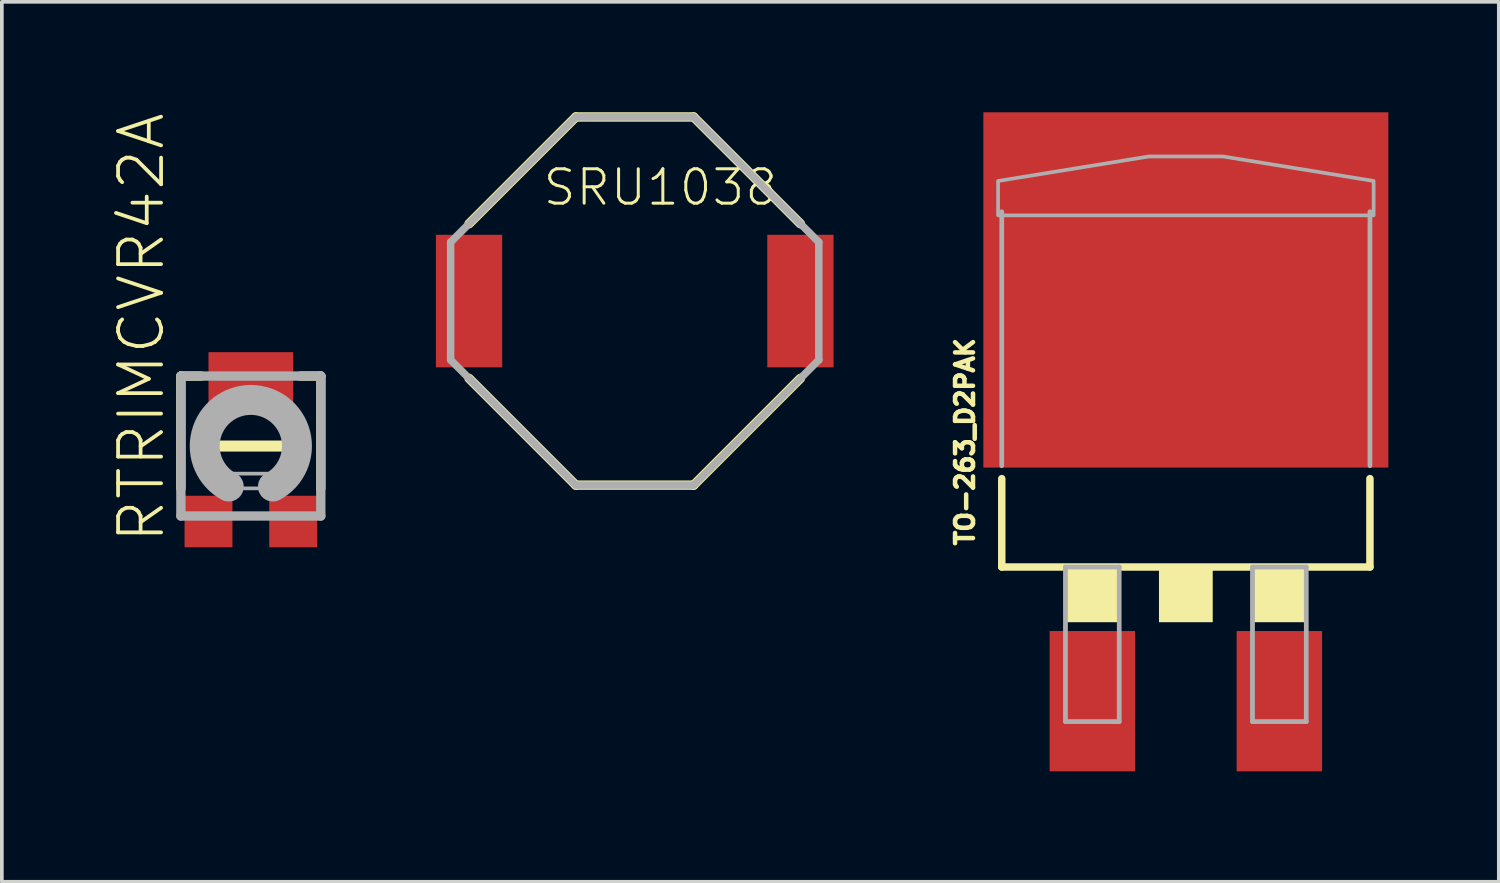
<source format=kicad_pcb>
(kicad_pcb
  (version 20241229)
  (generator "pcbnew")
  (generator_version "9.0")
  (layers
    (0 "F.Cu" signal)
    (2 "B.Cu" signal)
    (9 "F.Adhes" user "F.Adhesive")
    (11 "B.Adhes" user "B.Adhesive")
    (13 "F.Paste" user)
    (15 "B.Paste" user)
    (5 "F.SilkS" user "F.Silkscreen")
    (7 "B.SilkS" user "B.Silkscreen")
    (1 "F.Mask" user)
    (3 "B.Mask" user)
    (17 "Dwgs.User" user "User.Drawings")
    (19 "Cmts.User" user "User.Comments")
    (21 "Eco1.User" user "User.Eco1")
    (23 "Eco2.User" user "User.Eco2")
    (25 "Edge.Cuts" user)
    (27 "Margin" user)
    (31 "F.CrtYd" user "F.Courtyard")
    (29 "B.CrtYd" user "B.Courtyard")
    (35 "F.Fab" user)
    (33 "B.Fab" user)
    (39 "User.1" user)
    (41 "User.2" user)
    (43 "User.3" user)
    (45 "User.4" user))
  (footprint "SRU1038"
    (layer "F.Cu")
    (at 14.19 5.127)
    (property "Reference" "SRU1038" (at -2.54 -2.54 0) (layer "F.SilkS") (effects (font (size 0.935 0.935) (thickness 0.081)) (justify left bottom)))
    (fp_line (start -4.5 -2.1) (end -1.6 -5) (stroke (width 0.254) (type solid)) (layer "F.SilkS"))
    (fp_line (start -4.5 2.1) (end -1.6 5) (stroke (width 0.254) (type solid)) (layer "F.SilkS"))
    (fp_line (start -1.6 -5) (end 1.6 -5) (stroke (width 0.254) (type solid)) (layer "F.SilkS"))
    (fp_line (start 1.6 -5) (end 4.5 -2.1) (stroke (width 0.254) (type solid)) (layer "F.SilkS"))
    (fp_line (start 1.6 5) (end -1.6 5) (stroke (width 0.254) (type solid)) (layer "F.SilkS"))
    (fp_line (start 1.6 5) (end 4.5 2.1) (stroke (width 0.254) (type solid)) (layer "F.SilkS"))
    (fp_line (start -5 -1.6) (end -1.6 -5) (stroke (width 0.203) (type solid)) (layer "F.Fab"))
    (fp_line (start -5 1.6) (end -5 -1.6) (stroke (width 0.203) (type solid)) (layer "F.Fab"))
    (fp_line (start -1.6 -5) (end 1.6 -5) (stroke (width 0.203) (type solid)) (layer "F.Fab"))
    (fp_line (start -1.6 5) (end -5 1.6) (stroke (width 0.203) (type solid)) (layer "F.Fab"))
    (fp_line (start 1.6 -5) (end 5 -1.6) (stroke (width 0.203) (type solid)) (layer "F.Fab"))
    (fp_line (start 1.6 5) (end -1.6 5) (stroke (width 0.203) (type solid)) (layer "F.Fab"))
    (fp_line (start 5 -1.6) (end 5 1.6) (stroke (width 0.203) (type solid)) (layer "F.Fab"))
    (fp_line (start 5 1.6) (end 1.6 5) (stroke (width 0.203) (type solid)) (layer "F.Fab"))
    (pad "1" smd rect (at -4.5 0) (size 1.8 3.6) (layers "F.Cu" "F.Mask" "F.Paste"))
    (pad "2" smd rect (at 4.5 0) (size 1.8 3.6) (layers "F.Cu" "F.Mask" "F.Paste")))
  (footprint "TO-263_D2PAK"
    (layer "F.Cu")
    (at 29.159 8.95)
    (property "Reference" "TO-263_D2PAK" (at -5.715 0 90) (layer "F.SilkS") (effects (font (size 0.488 0.488) (thickness 0.122)) (justify bottom)))
    (fp_line (start -5 3.4) (end -5 1) (stroke (width 0.203) (type solid)) (layer "F.SilkS"))
    (fp_line (start 5 1) (end 5 3.4) (stroke (width 0.203) (type solid)) (layer "F.SilkS"))
    (fp_line (start 5 3.4) (end -5 3.4) (stroke (width 0.203) (type solid)) (layer "F.SilkS"))
    (fp_poly (pts (xy -3.27 4.9) (xy -1.81 4.9) (xy -1.81 3.4) (xy -3.27 3.4)) (stroke (width 0) (type default)) (fill yes) (layer "F.SilkS"))
    (fp_poly (pts (xy -0.73 4.9) (xy 0.73 4.9) (xy 0.73 3.4) (xy -0.73 3.4)) (stroke (width 0) (type default)) (fill yes) (layer "F.SilkS"))
    (fp_poly (pts (xy 1.81 4.9) (xy 3.27 4.9) (xy 3.27 3.4) (xy 1.81 3.4)) (stroke (width 0) (type default)) (fill yes) (layer "F.SilkS"))
    (fp_line (start -5 -6.25) (end -5 0.65) (stroke (width 0.127) (type solid)) (layer "F.Fab"))
    (fp_line (start -3.27 3.4) (end -1.81 3.4) (stroke (width 0.127) (type solid)) (layer "F.Fab"))
    (fp_line (start -3.27 7.6) (end -3.27 3.4) (stroke (width 0.127) (type solid)) (layer "F.Fab"))
    (fp_line (start -1.81 3.4) (end -1.81 7.6) (stroke (width 0.127) (type solid)) (layer "F.Fab"))
    (fp_line (start -1.81 7.6) (end -3.27 7.6) (stroke (width 0.127) (type solid)) (layer "F.Fab"))
    (fp_line (start 1.81 3.4) (end 1.81 7.6) (stroke (width 0.127) (type solid)) (layer "F.Fab"))
    (fp_line (start 1.81 7.6) (end 3.27 7.6) (stroke (width 0.127) (type solid)) (layer "F.Fab"))
    (fp_line (start 3.27 3.4) (end 1.81 3.4) (stroke (width 0.127) (type solid)) (layer "F.Fab"))
    (fp_line (start 3.27 7.6) (end 3.27 3.4) (stroke (width 0.127) (type solid)) (layer "F.Fab"))
    (fp_line (start 5 0.65) (end 5 -6.25) (stroke (width 0.127) (type solid)) (layer "F.Fab"))
    (fp_poly (pts (xy -3.27 7.6) (xy -1.81 7.6) (xy -1.81 3.4) (xy -3.27 3.4)) (stroke (width 0.1) (type default)) (fill no) (layer "F.Fab"))
    (fp_poly (pts (xy 1.81 7.6) (xy 3.27 7.6) (xy 3.27 3.4) (xy 1.81 3.4)) (stroke (width 0.1) (type default)) (fill no) (layer "F.Fab"))
    (fp_poly (pts (xy 5.1 -7.085) (xy 5.1 -6.15) (xy -5.1 -6.15) (xy -5.1 -7.085) (xy -1.008 -7.75) (xy 1.008 -7.75)) (stroke (width 0.1) (type default)) (fill no) (layer "F.Fab"))
    (pad "1" smd rect (at -2.54 7.045) (size 2.32 3.81) (layers "F.Cu" "F.Mask" "F.Paste"))
    (pad "2" smd rect (at 0 -4.125) (size 11 9.65) (layers "F.Cu" "F.Mask" "F.Paste"))
    (pad "3" smd rect (at 2.54 7.045) (size 2.32 3.81) (layers "F.Cu" "F.Mask" "F.Paste")))
  (footprint "RTRIMCVR42A"
    (layer "F.Cu")
    (at 3.763 9.065)
    (property "Reference" "RTRIMCVR42A" (at -2.29 2.69 90) (layer "F.SilkS") (effects (font (size 1.168 1.168) (thickness 0.102)) (justify left bottom)))
    (fp_line (start -1.9 -1.9) (end -1.35 -1.9) (stroke (width 0.254) (type solid)) (layer "F.SilkS"))
    (fp_line (start -1.9 1.15) (end -1.9 -1.9) (stroke (width 0.254) (type solid)) (layer "F.SilkS"))
    (fp_line (start 1.9 -1.9) (end 1.35 -1.9) (stroke (width 0.254) (type solid)) (layer "F.SilkS"))
    (fp_line (start 1.9 1.15) (end 1.9 -1.9) (stroke (width 0.254) (type solid)) (layer "F.SilkS"))
    (fp_poly (pts (xy -1.05 0.15) (xy 1.05 0.15) (xy 1.05 -0.15) (xy -1.05 -0.15)) (stroke (width 0) (type default)) (fill yes) (layer "F.SilkS"))
    (fp_line (start -1.9 -1.9) (end -1.9 1.9) (stroke (width 0.254) (type solid)) (layer "F.Fab"))
    (fp_line (start -1.9 1.9) (end 1.9 1.9) (stroke (width 0.254) (type solid)) (layer "F.Fab"))
    (fp_line (start 1.9 -1.9) (end -1.9 -1.9) (stroke (width 0.254) (type solid)) (layer "F.Fab"))
    (fp_line (start 1.9 1.9) (end 1.9 -1.9) (stroke (width 0.254) (type solid)) (layer "F.Fab"))
    (fp_arc (start -0.6 1.1) (mid 0 -1.252996) (end 0.6 1.1) (stroke (width 0.8128) (type solid)) (layer "F.Fab"))
    (fp_poly (pts (xy -0.65 1.15) (xy 0.65 1.15) (xy 0.65 0.75) (xy -0.65 0.75)) (stroke (width 0.1) (type default)) (fill no) (layer "F.Fab"))
    (pad "1" smd rect (at -1.15 2.05) (size 1.3 1.4) (layers "F.Cu" "F.Mask" "F.Paste"))
    (pad "2" smd rect (at 0 -1.8) (size 2.3 1.5) (layers "F.Cu" "F.Mask" "F.Paste"))
    (pad "3" smd rect (at 1.15 2.05) (size 1.3 1.4) (layers "F.Cu" "F.Mask" "F.Paste")))
  (gr_rect
    (start -3 -3)
    (end 37.659 20.9)
    (stroke (width 0.1) (type default))
    (fill no)
    (layer "Edge.Cuts")))
</source>
